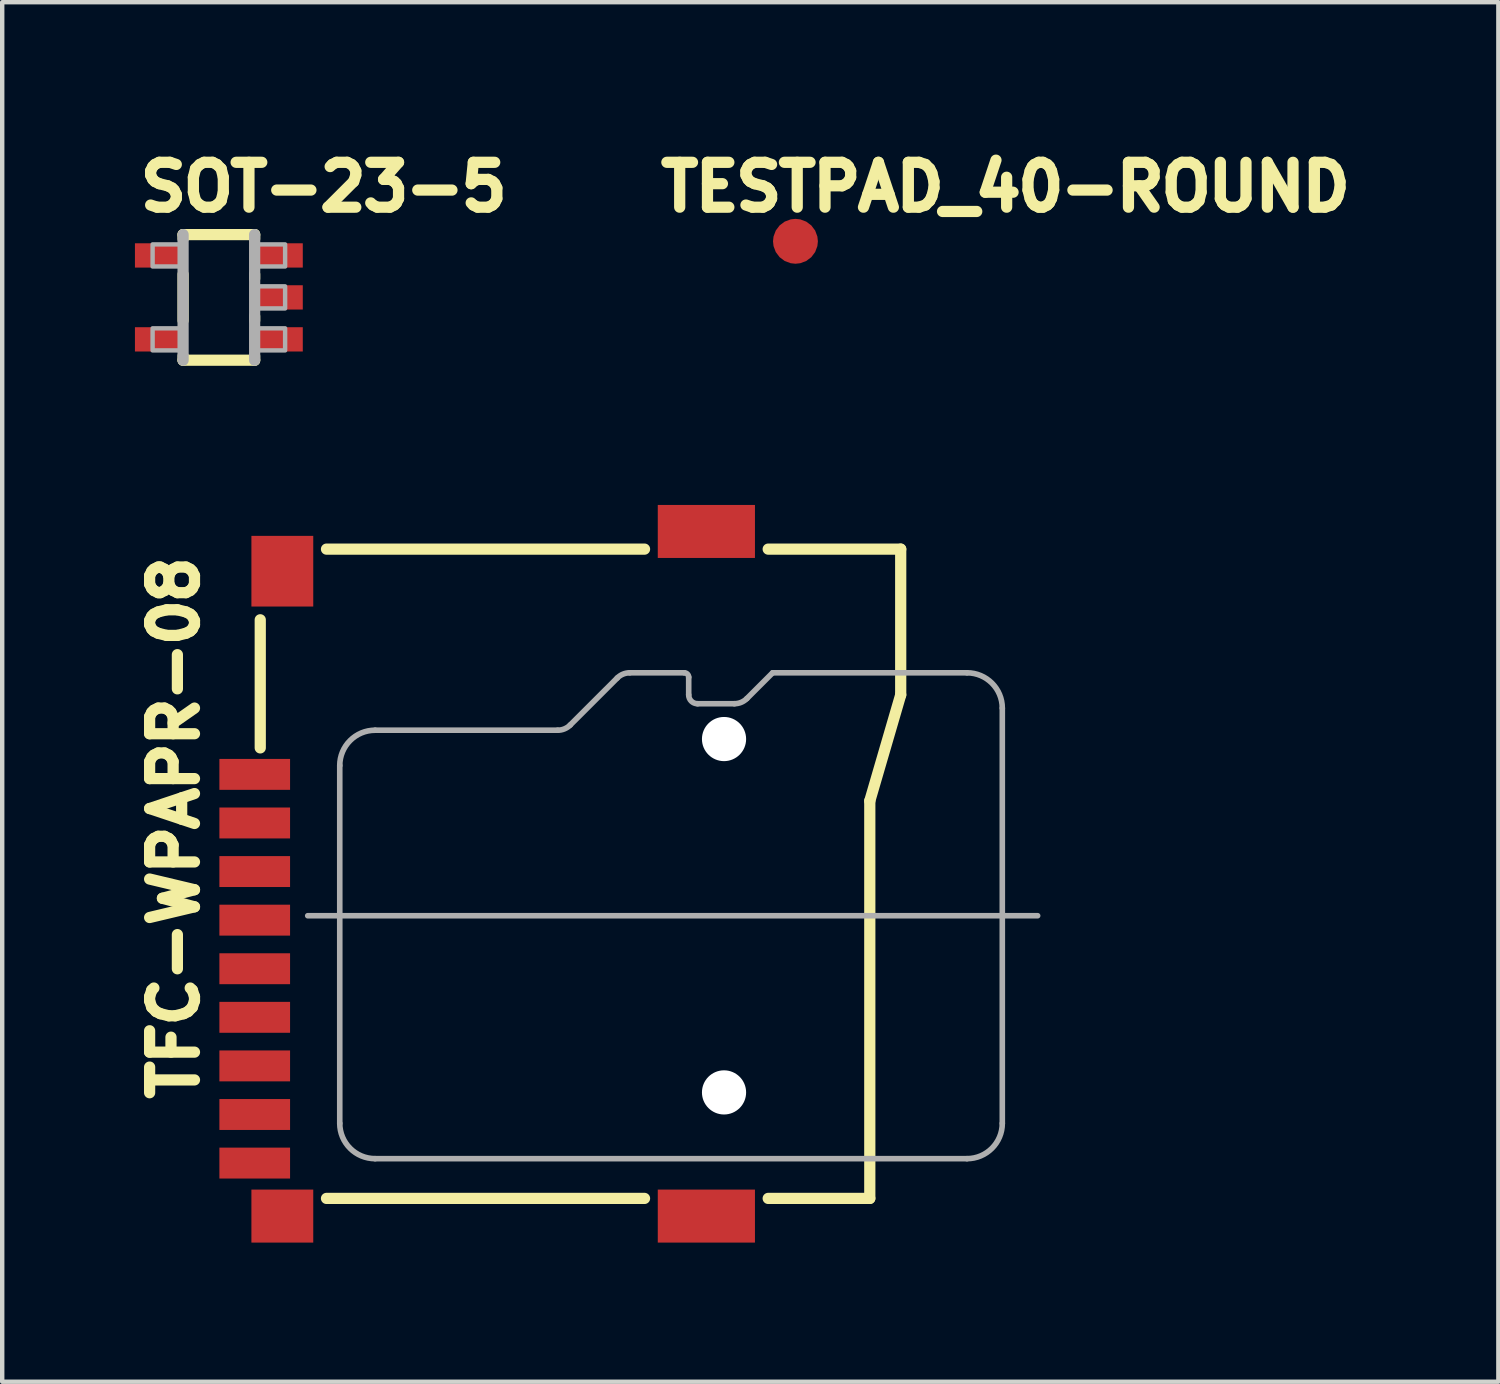
<source format=kicad_pcb>
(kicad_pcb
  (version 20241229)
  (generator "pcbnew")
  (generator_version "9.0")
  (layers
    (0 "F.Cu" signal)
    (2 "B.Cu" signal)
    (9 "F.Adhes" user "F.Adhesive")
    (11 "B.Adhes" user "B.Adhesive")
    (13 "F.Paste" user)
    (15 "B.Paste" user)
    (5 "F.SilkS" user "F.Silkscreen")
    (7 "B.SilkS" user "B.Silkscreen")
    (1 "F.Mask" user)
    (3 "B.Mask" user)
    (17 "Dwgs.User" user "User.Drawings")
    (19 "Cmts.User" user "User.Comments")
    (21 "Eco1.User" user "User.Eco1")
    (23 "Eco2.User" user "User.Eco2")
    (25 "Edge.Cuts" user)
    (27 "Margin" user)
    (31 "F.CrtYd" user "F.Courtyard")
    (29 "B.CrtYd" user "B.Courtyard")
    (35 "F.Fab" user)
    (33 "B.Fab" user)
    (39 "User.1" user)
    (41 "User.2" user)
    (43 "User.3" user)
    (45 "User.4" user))
  (footprint "TFC-WPAPR-08"
    (layer "F.Cu")
    (at 9.711 16.732)
    (property "Reference" "TFC-WPAPR-08" (at -9.409 -7.305 90) (layer "F.SilkS") (effects (font (size 1.016 1.016) (thickness 0.254)) (justify right top)))
    (fp_poly (pts (xy -7.869 -1.85) (xy -6.669 -1.85) (xy -6.669 -2.65) (xy -7.869 -2.65)) (stroke (width 0) (type solid)) (fill yes) (layer "F.Mask"))
    (fp_poly (pts (xy -7.869 -0.75) (xy -6.669 -0.75) (xy -6.669 -1.55) (xy -7.869 -1.55)) (stroke (width 0) (type solid)) (fill yes) (layer "F.Mask"))
    (fp_poly (pts (xy -7.869 0.35) (xy -6.669 0.35) (xy -6.669 -0.45) (xy -7.869 -0.45)) (stroke (width 0) (type solid)) (fill yes) (layer "F.Mask"))
    (fp_poly (pts (xy -7.869 1.45) (xy -6.669 1.45) (xy -6.669 0.65) (xy -7.869 0.65)) (stroke (width 0) (type solid)) (fill yes) (layer "F.Mask"))
    (fp_poly (pts (xy -7.869 2.55) (xy -6.669 2.55) (xy -6.669 1.75) (xy -7.869 1.75)) (stroke (width 0) (type solid)) (fill yes) (layer "F.Mask"))
    (fp_poly (pts (xy -7.869 3.65) (xy -6.669 3.65) (xy -6.669 2.85) (xy -7.869 2.85)) (stroke (width 0) (type solid)) (fill yes) (layer "F.Mask"))
    (fp_poly (pts (xy -7.869 4.75) (xy -6.669 4.75) (xy -6.669 3.95) (xy -7.869 3.95)) (stroke (width 0) (type solid)) (fill yes) (layer "F.Mask"))
    (fp_poly (pts (xy -7.869 5.85) (xy -6.669 5.85) (xy -6.669 5.05) (xy -7.869 5.05)) (stroke (width 0) (type solid)) (fill yes) (layer "F.Mask"))
    (fp_poly (pts (xy -7.869 6.95) (xy -6.669 6.95) (xy -6.669 6.15) (xy -7.869 6.15)) (stroke (width 0) (type solid)) (fill yes) (layer "F.Mask"))
    (fp_line (start -6.869 -2.85) (end -6.869 -5.75) (stroke (width 0.254) (type solid)) (layer "F.SilkS"))
    (fp_line (start -5.369 -7.35) (end 1.831 -7.35) (stroke (width 0.254) (type solid)) (layer "F.SilkS"))
    (fp_line (start -5.369 7.35) (end 1.831 7.35) (stroke (width 0.254) (type solid)) (layer "F.SilkS"))
    (fp_line (start 4.631 -7.35) (end 7.631 -7.35) (stroke (width 0.254) (type solid)) (layer "F.SilkS"))
    (fp_line (start 4.631 7.35) (end 6.931 7.35) (stroke (width 0.254) (type solid)) (layer "F.SilkS"))
    (fp_line (start 6.931 -1.65) (end 6.931 7.35) (stroke (width 0.254) (type solid)) (layer "F.SilkS"))
    (fp_line (start 7.631 -7.35) (end 7.631 -4.05) (stroke (width 0.254) (type solid)) (layer "F.SilkS"))
    (fp_line (start 7.631 -4.05) (end 6.931 -1.65) (stroke (width 0.254) (type solid)) (layer "F.SilkS"))
    (fp_poly (pts (xy -7.794 -1.9) (xy -6.684 -1.9) (xy -6.684 -2.6) (xy -7.794 -2.6)) (stroke (width 0) (type solid)) (fill yes) (layer "F.Paste"))
    (fp_poly (pts (xy -7.794 -0.8) (xy -6.684 -0.8) (xy -6.684 -1.5) (xy -7.794 -1.5)) (stroke (width 0) (type solid)) (fill yes) (layer "F.Paste"))
    (fp_poly (pts (xy -7.794 0.3) (xy -6.684 0.3) (xy -6.684 -0.4) (xy -7.794 -0.4)) (stroke (width 0) (type solid)) (fill yes) (layer "F.Paste"))
    (fp_poly (pts (xy -7.794 1.4) (xy -6.684 1.4) (xy -6.684 0.7) (xy -7.794 0.7)) (stroke (width 0) (type solid)) (fill yes) (layer "F.Paste"))
    (fp_poly (pts (xy -7.794 2.5) (xy -6.684 2.5) (xy -6.684 1.8) (xy -7.794 1.8)) (stroke (width 0) (type solid)) (fill yes) (layer "F.Paste"))
    (fp_poly (pts (xy -7.794 3.6) (xy -6.684 3.6) (xy -6.684 2.9) (xy -7.794 2.9)) (stroke (width 0) (type solid)) (fill yes) (layer "F.Paste"))
    (fp_poly (pts (xy -7.794 4.7) (xy -6.684 4.7) (xy -6.684 4) (xy -7.794 4)) (stroke (width 0) (type solid)) (fill yes) (layer "F.Paste"))
    (fp_poly (pts (xy -7.794 5.8) (xy -6.684 5.8) (xy -6.684 5.1) (xy -7.794 5.1)) (stroke (width 0) (type solid)) (fill yes) (layer "F.Paste"))
    (fp_poly (pts (xy -7.794 6.9) (xy -6.684 6.9) (xy -6.684 6.2) (xy -7.794 6.2)) (stroke (width 0) (type solid)) (fill yes) (layer "F.Paste"))
    (fp_poly (pts (xy -7.219 -6.05) (xy -5.669 -6.05) (xy -5.669 -7.8) (xy -7.219 -7.8)) (stroke (width 0) (type solid)) (fill yes) (layer "F.Paste"))
    (fp_poly (pts (xy -7.219 8.5) (xy -5.519 8.5) (xy -5.519 7.15) (xy -7.219 7.15)) (stroke (width 0) (type solid)) (fill yes) (layer "F.Paste"))
    (fp_poly (pts (xy 1.981 -7.15) (xy 4.481 -7.15) (xy 4.481 -8.5) (xy 1.981 -8.5)) (stroke (width 0) (type solid)) (fill yes) (layer "F.Paste"))
    (fp_poly (pts (xy 1.981 8.5) (xy 4.481 8.5) (xy 4.481 7.15) (xy 1.981 7.15)) (stroke (width 0) (type solid)) (fill yes) (layer "F.Paste"))
    (fp_line (start -5.794 0.95) (end 10.731 0.95) (stroke (width 0.127) (type solid)) (layer "F.Fab"))
    (fp_line (start -5.069 5.65) (end -5.069 -2.45) (stroke (width 0.127) (type solid)) (layer "F.Fab"))
    (fp_line (start -4.269 -3.25) (end -0.135 -3.25) (stroke (width 0.127) (type solid)) (layer "F.Fab"))
    (fp_line (start 0.148 -3.367) (end 1.214 -4.433) (stroke (width 0.127) (type solid)) (layer "F.Fab"))
    (fp_line (start 1.497 -4.55) (end 2.731 -4.55) (stroke (width 0.127) (type solid)) (layer "F.Fab"))
    (fp_line (start 2.831 -4.45) (end 2.831 -4.05) (stroke (width 0.127) (type solid)) (layer "F.Fab"))
    (fp_line (start 3.031 -3.85) (end 3.865 -3.85) (stroke (width 0.127) (type solid)) (layer "F.Fab"))
    (fp_line (start 4.148 -3.967) (end 4.731 -4.55) (stroke (width 0.127) (type solid)) (layer "F.Fab"))
    (fp_line (start 4.731 -4.55) (end 9.131 -4.55) (stroke (width 0.127) (type solid)) (layer "F.Fab"))
    (fp_line (start 9.131 6.45) (end -4.269 6.45) (stroke (width 0.127) (type solid)) (layer "F.Fab"))
    (fp_line (start 9.931 -3.75) (end 9.931 5.65) (stroke (width 0.127) (type solid)) (layer "F.Fab"))
    (fp_arc (start -5.069 -2.45) (mid -4.834685 -3.015685) (end -4.269 -3.25) (stroke (width 0.127) (type solid)) (layer "F.Fab"))
    (fp_arc (start -4.269 6.45) (mid -4.834685 6.215685) (end -5.069 5.65) (stroke (width 0.127) (type solid)) (layer "F.Fab"))
    (fp_arc (start 0.1482 -3.367199) (mid 0.018422 -3.280426) (end -0.1347 -3.25) (stroke (width 0.127) (type solid)) (layer "F.Fab"))
    (fp_arc (start 1.2138 -4.4328) (mid 1.343594 -4.519535) (end 1.4967 -4.549999) (stroke (width 0.127) (type solid)) (layer "F.Fab"))
    (fp_arc (start 2.731 -4.55) (mid 2.801711 -4.520711) (end 2.831 -4.45) (stroke (width 0.127) (type solid)) (layer "F.Fab"))
    (fp_arc (start 3.031 -3.85) (mid 2.889579 -3.908579) (end 2.831 -4.05) (stroke (width 0.127) (type solid)) (layer "F.Fab"))
    (fp_arc (start 4.148199 -3.9672) (mid 4.018412 -3.88045) (end 3.8653 -3.85) (stroke (width 0.127) (type solid)) (layer "F.Fab"))
    (fp_arc (start 9.131 -4.55) (mid 9.696685 -4.315685) (end 9.931 -3.75) (stroke (width 0.127) (type solid)) (layer "F.Fab"))
    (fp_arc (start 9.931 5.65) (mid 9.696685 6.215685) (end 9.131 6.45) (stroke (width 0.127) (type solid)) (layer "F.Fab"))
    (pad "" np_thru_hole circle (at 3.631 -3.05) (size 1 1) (drill 1) (layers "*.Cu" "*.Mask"))
    (pad "" np_thru_hole circle (at 3.631 4.95) (size 1 1) (drill 1) (layers "*.Cu" "*.Mask"))
    (pad "1" smd rect (at -6.994 -2.25 270) (size 0.7 1.6) (layers "F.Cu"))
    (pad "2" smd rect (at -6.994 -1.15 270) (size 0.7 1.6) (layers "F.Cu"))
    (pad "3" smd rect (at -6.994 -0.05 270) (size 0.7 1.6) (layers "F.Cu"))
    (pad "4" smd rect (at -6.994 1.05 270) (size 0.7 1.6) (layers "F.Cu"))
    (pad "5" smd rect (at -6.994 2.15 270) (size 0.7 1.6) (layers "F.Cu"))
    (pad "6" smd rect (at -6.994 3.25 270) (size 0.7 1.6) (layers "F.Cu"))
    (pad "7" smd rect (at -6.994 4.35 270) (size 0.7 1.6) (layers "F.Cu"))
    (pad "8" smd rect (at -6.994 5.45 270) (size 0.7 1.6) (layers "F.Cu"))
    (pad "9" smd rect (at -6.994 6.55 270) (size 0.7 1.6) (layers "F.Cu"))
    (pad "10" smd rect (at -6.369 7.75 270) (size 1.2 1.4) (layers "F.Cu" "F.Mask"))
    (pad "11" smd rect (at -6.369 -6.85 270) (size 1.6 1.4) (layers "F.Cu" "F.Mask"))
    (pad "12" smd rect (at 3.231 7.75 270) (size 1.2 2.2) (layers "F.Cu" "F.Mask"))
    (pad "13" smd rect (at 3.231 -7.75 270) (size 1.2 2.2) (layers "F.Cu" "F.Mask")))
  (footprint "TESTPAD_40-ROUND"
    (layer "F.Cu")
    (at 14.959 2.413)
    (property "Reference" "TESTPAD_40-ROUND" (at -3.175 -0.635 0) (layer "F.SilkS") (effects (font (size 1.016 1.016) (thickness 0.254)) (justify left bottom)))
    (pad "1" smd roundrect (at 0 0) (size 1.016 1.016) (layers "F.Cu" "F.Mask") (roundrect_rratio 0.5)))
  (footprint "SOT-23-5"
    (layer "F.Cu")
    (at 1.905 3.683)
    (property "Reference" "SOT-23-5" (at -1.905 -1.905 0) (layer "F.SilkS") (effects (font (size 1.016 1.016) (thickness 0.254)) (justify left bottom)))
    (fp_line (start -0.81 -1.422) (end 0.81 -1.422) (stroke (width 0.254) (type solid)) (layer "F.SilkS"))
    (fp_line (start -0.81 -1.328) (end -0.81 -1.422) (stroke (width 0.254) (type solid)) (layer "F.SilkS"))
    (fp_line (start -0.81 0.522) (end -0.81 -0.522) (stroke (width 0.254) (type solid)) (layer "F.SilkS"))
    (fp_line (start -0.81 1.422) (end -0.81 1.328) (stroke (width 0.254) (type solid)) (layer "F.SilkS"))
    (fp_line (start 0.81 -1.422) (end 0.81 -1.328) (stroke (width 0.254) (type solid)) (layer "F.SilkS"))
    (fp_line (start 0.81 -0.522) (end 0.81 -0.428) (stroke (width 0.254) (type solid)) (layer "F.SilkS"))
    (fp_line (start 0.81 0.428) (end 0.81 0.522) (stroke (width 0.254) (type solid)) (layer "F.SilkS"))
    (fp_line (start 0.81 1.328) (end 0.81 1.422) (stroke (width 0.254) (type solid)) (layer "F.SilkS"))
    (fp_line (start 0.81 1.422) (end -0.81 1.422) (stroke (width 0.254) (type solid)) (layer "F.SilkS"))
    (fp_line (start -0.81 1.422) (end -0.81 -1.422) (stroke (width 0.254) (type solid)) (layer "F.Fab"))
    (fp_line (start 0.81 -1.422) (end 0.81 1.422) (stroke (width 0.254) (type solid)) (layer "F.Fab"))
    (fp_poly (pts (xy -0.85 -0.7) (xy -0.85 -1.2) (xy -1.5 -1.2) (xy -1.5 -0.7)) (stroke (width 0.1) (type solid)) (fill no) (layer "F.Fab"))
    (fp_poly (pts (xy -0.85 1.2) (xy -0.85 0.7) (xy -1.5 0.7) (xy -1.5 1.2)) (stroke (width 0.1) (type solid)) (fill no) (layer "F.Fab"))
    (fp_poly (pts (xy 1.5 -0.7) (xy 1.5 -1.2) (xy 0.85 -1.2) (xy 0.85 -0.7)) (stroke (width 0.1) (type solid)) (fill no) (layer "F.Fab"))
    (fp_poly (pts (xy 1.5 0.25) (xy 1.5 -0.25) (xy 0.85 -0.25) (xy 0.85 0.25)) (stroke (width 0.1) (type solid)) (fill no) (layer "F.Fab"))
    (fp_poly (pts (xy 1.5 1.2) (xy 1.5 0.7) (xy 0.85 0.7) (xy 0.85 1.2)) (stroke (width 0.1) (type solid)) (fill no) (layer "F.Fab"))
    (pad "1" smd rect (at 1.3 0.95 90) (size 0.55 1.2) (layers "F.Cu" "F.Mask" "F.Paste"))
    (pad "2" smd rect (at 1.3 0 90) (size 0.55 1.2) (layers "F.Cu" "F.Mask" "F.Paste"))
    (pad "3" smd rect (at 1.3 -0.95 90) (size 0.55 1.2) (layers "F.Cu" "F.Mask" "F.Paste"))
    (pad "4" smd rect (at -1.3 -0.95 90) (size 0.55 1.2) (layers "F.Cu" "F.Mask" "F.Paste"))
    (pad "5" smd rect (at -1.3 0.95 90) (size 0.55 1.2) (layers "F.Cu" "F.Mask" "F.Paste")))
  (gr_rect
    (start -3 -3)
    (end 30.873 28.232)
    (stroke (width 0.1) (type default))
    (fill no)
    (layer "Edge.Cuts")))
</source>
